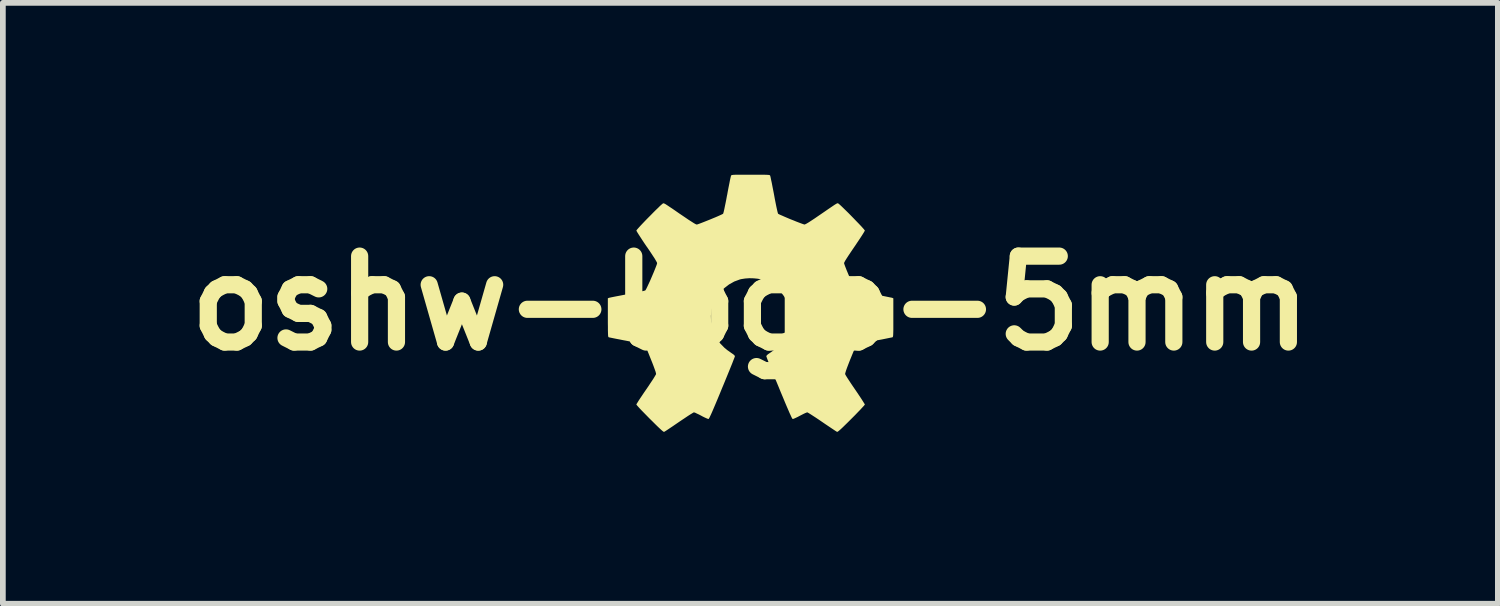
<source format=kicad_pcb>
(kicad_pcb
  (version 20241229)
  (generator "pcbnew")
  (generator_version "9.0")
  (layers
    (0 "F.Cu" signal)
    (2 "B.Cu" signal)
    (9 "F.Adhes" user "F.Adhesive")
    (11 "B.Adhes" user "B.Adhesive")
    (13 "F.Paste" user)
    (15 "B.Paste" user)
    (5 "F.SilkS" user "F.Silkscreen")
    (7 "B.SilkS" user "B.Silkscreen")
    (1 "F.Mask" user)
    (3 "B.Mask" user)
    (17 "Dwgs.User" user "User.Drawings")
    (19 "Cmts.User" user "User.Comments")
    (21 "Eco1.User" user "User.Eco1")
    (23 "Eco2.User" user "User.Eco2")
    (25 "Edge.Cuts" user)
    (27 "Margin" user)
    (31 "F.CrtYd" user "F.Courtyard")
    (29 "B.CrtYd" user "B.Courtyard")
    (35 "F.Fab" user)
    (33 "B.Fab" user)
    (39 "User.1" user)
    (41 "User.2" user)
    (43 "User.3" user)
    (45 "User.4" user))
  (footprint "oshw-logo-5mm"
    (layer "F.Cu")
    (at 10.05 2.243)
    (property "Reference" "oshw-logo-5mm" (at 0 0 0) (layer "F.SilkS") (effects (font (size 1.5 1.5) (thickness 0.3))))
    (attr board_only exclude_from_pos_files exclude_from_bom)
    (fp_poly (pts (xy 0.088 -2.243) (xy 0.156 -2.243) (xy 0.211 -2.243) (xy 0.254 -2.242) (xy 0.286 -2.241) (xy 0.309 -2.24) (xy 0.325 -2.238) (xy 0.335 -2.236) (xy 0.341 -2.233) (xy 0.344 -2.229) (xy 0.345 -2.227) (xy 0.349 -2.215) (xy 0.355 -2.189) (xy 0.363 -2.149) (xy 0.374 -2.099) (xy 0.385 -2.041) (xy 0.398 -1.975) (xy 0.412 -1.903) (xy 0.414 -1.892) (xy 0.427 -1.82) (xy 0.44 -1.754) (xy 0.452 -1.694) (xy 0.463 -1.643) (xy 0.472 -1.603) (xy 0.479 -1.576) (xy 0.483 -1.563) (xy 0.484 -1.562) (xy 0.495 -1.555) (xy 0.52 -1.543) (xy 0.555 -1.528) (xy 0.598 -1.509) (xy 0.647 -1.488) (xy 0.699 -1.466) (xy 0.753 -1.445) (xy 0.804 -1.424) (xy 0.851 -1.406) (xy 0.891 -1.391) (xy 0.922 -1.38) (xy 0.941 -1.374) (xy 0.945 -1.373) (xy 0.957 -1.377) (xy 0.979 -1.388) (xy 1.013 -1.408) (xy 1.058 -1.437) (xy 1.116 -1.475) (xy 1.186 -1.523) (xy 1.227 -1.551) (xy 1.297 -1.599) (xy 1.355 -1.639) (xy 1.402 -1.671) (xy 1.439 -1.696) (xy 1.467 -1.715) (xy 1.488 -1.728) (xy 1.503 -1.737) (xy 1.514 -1.742) (xy 1.521 -1.744) (xy 1.527 -1.744) (xy 1.531 -1.743) (xy 1.533 -1.742) (xy 1.544 -1.734) (xy 1.564 -1.717) (xy 1.593 -1.69) (xy 1.628 -1.656) (xy 1.669 -1.616) (xy 1.713 -1.573) (xy 1.758 -1.527) (xy 1.804 -1.48) (xy 1.848 -1.434) (xy 1.89 -1.391) (xy 1.927 -1.352) (xy 1.958 -1.318) (xy 1.981 -1.292) (xy 1.995 -1.274) (xy 1.999 -1.268) (xy 1.994 -1.258) (xy 1.981 -1.235) (xy 1.96 -1.201) (xy 1.933 -1.159) (xy 1.9 -1.109) (xy 1.863 -1.054) (xy 1.823 -0.994) (xy 1.817 -0.986) (xy 1.763 -0.906) (xy 1.718 -0.839) (xy 1.683 -0.785) (xy 1.657 -0.744) (xy 1.642 -0.716) (xy 1.636 -0.701) (xy 1.636 -0.7) (xy 1.639 -0.686) (xy 1.649 -0.658) (xy 1.663 -0.621) (xy 1.681 -0.575) (xy 1.702 -0.525) (xy 1.724 -0.472) (xy 1.748 -0.418) (xy 1.771 -0.366) (xy 1.792 -0.319) (xy 1.812 -0.279) (xy 1.827 -0.247) (xy 1.839 -0.228) (xy 1.843 -0.223) (xy 1.855 -0.219) (xy 1.882 -0.212) (xy 1.921 -0.203) (xy 1.971 -0.193) (xy 2.029 -0.181) (xy 2.094 -0.168) (xy 2.159 -0.156) (xy 2.229 -0.143) (xy 2.294 -0.131) (xy 2.352 -0.119) (xy 2.401 -0.109) (xy 2.44 -0.101) (xy 2.466 -0.096) (xy 2.477 -0.093) (xy 2.496 -0.085) (xy 2.496 0.252) (xy 2.496 0.336) (xy 2.496 0.406) (xy 2.496 0.461) (xy 2.495 0.504) (xy 2.494 0.537) (xy 2.493 0.56) (xy 2.491 0.576) (xy 2.488 0.586) (xy 2.486 0.592) (xy 2.482 0.595) (xy 2.481 0.595) (xy 2.47 0.598) (xy 2.444 0.603) (xy 2.405 0.611) (xy 2.356 0.621) (xy 2.297 0.633) (xy 2.232 0.645) (xy 2.164 0.658) (xy 2.079 0.674) (xy 2.01 0.688) (xy 1.955 0.699) (xy 1.913 0.708) (xy 1.883 0.716) (xy 1.863 0.722) (xy 1.852 0.727) (xy 1.85 0.73) (xy 1.844 0.741) (xy 1.833 0.766) (xy 1.818 0.802) (xy 1.799 0.848) (xy 1.777 0.901) (xy 1.753 0.96) (xy 1.745 0.979) (xy 1.714 1.058) (xy 1.69 1.121) (xy 1.672 1.171) (xy 1.661 1.207) (xy 1.655 1.229) (xy 1.655 1.238) (xy 1.66 1.25) (xy 1.674 1.274) (xy 1.696 1.309) (xy 1.724 1.352) (xy 1.757 1.402) (xy 1.794 1.457) (xy 1.829 1.508) (xy 1.868 1.565) (xy 1.904 1.619) (xy 1.936 1.667) (xy 1.962 1.708) (xy 1.982 1.74) (xy 1.995 1.761) (xy 1.999 1.769) (xy 1.993 1.778) (xy 1.976 1.798) (xy 1.95 1.826) (xy 1.916 1.863) (xy 1.875 1.905) (xy 1.829 1.953) (xy 1.778 2.004) (xy 1.764 2.018) (xy 1.703 2.079) (xy 1.653 2.128) (xy 1.612 2.168) (xy 1.58 2.198) (xy 1.555 2.22) (xy 1.537 2.235) (xy 1.525 2.243) (xy 1.516 2.247) (xy 1.513 2.246) (xy 1.502 2.24) (xy 1.48 2.226) (xy 1.447 2.204) (xy 1.405 2.176) (xy 1.356 2.143) (xy 1.301 2.106) (xy 1.253 2.073) (xy 1.196 2.034) (xy 1.142 1.998) (xy 1.094 1.967) (xy 1.054 1.941) (xy 1.022 1.921) (xy 1.001 1.909) (xy 0.993 1.906) (xy 0.98 1.91) (xy 0.955 1.92) (xy 0.922 1.936) (xy 0.883 1.956) (xy 0.866 1.965) (xy 0.826 1.986) (xy 0.79 2.003) (xy 0.761 2.016) (xy 0.743 2.022) (xy 0.739 2.022) (xy 0.735 2.018) (xy 0.727 2.007) (xy 0.717 1.988) (xy 0.704 1.959) (xy 0.686 1.921) (xy 0.665 1.872) (xy 0.639 1.812) (xy 0.608 1.739) (xy 0.572 1.652) (xy 0.53 1.552) (xy 0.501 1.481) (xy 0.464 1.391) (xy 0.428 1.305) (xy 0.395 1.224) (xy 0.365 1.15) (xy 0.339 1.085) (xy 0.317 1.029) (xy 0.299 0.984) (xy 0.287 0.951) (xy 0.28 0.931) (xy 0.278 0.927) (xy 0.286 0.911) (xy 0.306 0.893) (xy 0.314 0.887) (xy 0.338 0.871) (xy 0.37 0.849) (xy 0.403 0.825) (xy 0.411 0.82) (xy 0.493 0.75) (xy 0.561 0.67) (xy 0.617 0.582) (xy 0.658 0.488) (xy 0.685 0.389) (xy 0.697 0.286) (xy 0.694 0.182) (xy 0.675 0.078) (xy 0.646 -0.01) (xy 0.619 -0.068) (xy 0.588 -0.12) (xy 0.55 -0.171) (xy 0.5 -0.225) (xy 0.489 -0.236) (xy 0.414 -0.303) (xy 0.337 -0.354) (xy 0.252 -0.394) (xy 0.19 -0.415) (xy 0.129 -0.427) (xy 0.059 -0.434) (xy -0.016 -0.436) (xy -0.089 -0.431) (xy -0.154 -0.421) (xy -0.181 -0.415) (xy -0.281 -0.378) (xy -0.372 -0.327) (xy -0.455 -0.263) (xy -0.528 -0.189) (xy -0.588 -0.105) (xy -0.636 -0.013) (xy -0.669 0.086) (xy -0.676 0.113) (xy -0.689 0.219) (xy -0.686 0.324) (xy -0.668 0.427) (xy -0.635 0.525) (xy -0.587 0.618) (xy -0.526 0.703) (xy -0.452 0.779) (xy -0.402 0.82) (xy -0.369 0.843) (xy -0.337 0.866) (xy -0.311 0.884) (xy -0.306 0.887) (xy -0.282 0.906) (xy -0.271 0.922) (xy -0.27 0.927) (xy -0.273 0.937) (xy -0.282 0.962) (xy -0.297 0.999) (xy -0.316 1.049) (xy -0.34 1.108) (xy -0.368 1.177) (xy -0.399 1.253) (xy -0.433 1.336) (xy -0.469 1.424) (xy -0.493 1.481) (xy -0.538 1.591) (xy -0.578 1.687) (xy -0.612 1.768) (xy -0.641 1.836) (xy -0.665 1.892) (xy -0.685 1.937) (xy -0.701 1.971) (xy -0.713 1.996) (xy -0.722 2.012) (xy -0.728 2.02) (xy -0.731 2.022) (xy -0.743 2.019) (xy -0.768 2.009) (xy -0.801 1.994) (xy -0.839 1.975) (xy -0.857 1.965) (xy -0.897 1.944) (xy -0.934 1.927) (xy -0.962 1.913) (xy -0.981 1.907) (xy -0.985 1.906) (xy -0.995 1.91) (xy -1.018 1.924) (xy -1.051 1.944) (xy -1.093 1.971) (xy -1.142 2.004) (xy -1.196 2.04) (xy -1.245 2.073) (xy -1.302 2.112) (xy -1.356 2.149) (xy -1.404 2.181) (xy -1.444 2.208) (xy -1.476 2.229) (xy -1.497 2.242) (xy -1.505 2.246) (xy -1.511 2.246) (xy -1.521 2.241) (xy -1.535 2.23) (xy -1.556 2.212) (xy -1.583 2.187) (xy -1.619 2.153) (xy -1.663 2.11) (xy -1.717 2.056) (xy -1.756 2.018) (xy -1.807 1.966) (xy -1.855 1.917) (xy -1.898 1.873) (xy -1.934 1.835) (xy -1.962 1.804) (xy -1.981 1.782) (xy -1.99 1.771) (xy -1.99 1.769) (xy -1.986 1.759) (xy -1.972 1.737) (xy -1.952 1.704) (xy -1.925 1.663) (xy -1.892 1.614) (xy -1.856 1.56) (xy -1.82 1.508) (xy -1.78 1.45) (xy -1.744 1.395) (xy -1.711 1.346) (xy -1.684 1.304) (xy -1.664 1.27) (xy -1.651 1.248) (xy -1.646 1.238) (xy -1.648 1.223) (xy -1.655 1.196) (xy -1.669 1.156) (xy -1.689 1.101) (xy -1.715 1.033) (xy -1.737 0.979) (xy -1.761 0.919) (xy -1.783 0.864) (xy -1.803 0.816) (xy -1.82 0.776) (xy -1.833 0.747) (xy -1.84 0.732) (xy -1.841 0.73) (xy -1.849 0.725) (xy -1.864 0.719) (xy -1.89 0.712) (xy -1.927 0.703) (xy -1.975 0.693) (xy -2.038 0.681) (xy -2.115 0.666) (xy -2.155 0.658) (xy -2.225 0.645) (xy -2.29 0.632) (xy -2.348 0.621) (xy -2.397 0.611) (xy -2.436 0.603) (xy -2.462 0.598) (xy -2.473 0.595) (xy -2.477 0.592) (xy -2.48 0.587) (xy -2.482 0.578) (xy -2.484 0.563) (xy -2.485 0.54) (xy -2.486 0.509) (xy -2.487 0.467) (xy -2.487 0.413) (xy -2.488 0.346) (xy -2.488 0.263) (xy -2.488 0.252) (xy -2.488 -0.085) (xy -2.469 -0.093) (xy -2.456 -0.096) (xy -2.429 -0.102) (xy -2.39 -0.11) (xy -2.339 -0.12) (xy -2.281 -0.131) (xy -2.215 -0.144) (xy -2.151 -0.156) (xy -2.081 -0.169) (xy -2.016 -0.182) (xy -1.959 -0.193) (xy -1.909 -0.204) (xy -1.871 -0.212) (xy -1.845 -0.219) (xy -1.834 -0.223) (xy -1.827 -0.233) (xy -1.814 -0.257) (xy -1.797 -0.292) (xy -1.777 -0.335) (xy -1.754 -0.384) (xy -1.731 -0.437) (xy -1.708 -0.491) (xy -1.686 -0.543) (xy -1.666 -0.592) (xy -1.649 -0.635) (xy -1.636 -0.669) (xy -1.629 -0.692) (xy -1.628 -0.7) (xy -1.633 -0.714) (xy -1.648 -0.741) (xy -1.672 -0.782) (xy -1.707 -0.835) (xy -1.751 -0.902) (xy -1.805 -0.981) (xy -1.809 -0.986) (xy -1.85 -1.046) (xy -1.887 -1.102) (xy -1.92 -1.153) (xy -1.948 -1.196) (xy -1.97 -1.231) (xy -1.984 -1.255) (xy -1.99 -1.267) (xy -1.99 -1.268) (xy -1.984 -1.278) (xy -1.968 -1.297) (xy -1.943 -1.325) (xy -1.911 -1.36) (xy -1.872 -1.401) (xy -1.83 -1.445) (xy -1.785 -1.491) (xy -1.739 -1.537) (xy -1.694 -1.583) (xy -1.651 -1.626) (xy -1.611 -1.664) (xy -1.578 -1.697) (xy -1.551 -1.721) (xy -1.532 -1.737) (xy -1.525 -1.742) (xy -1.52 -1.743) (xy -1.515 -1.744) (xy -1.508 -1.742) (xy -1.499 -1.738) (xy -1.485 -1.731) (xy -1.466 -1.719) (xy -1.44 -1.702) (xy -1.406 -1.679) (xy -1.362 -1.65) (xy -1.307 -1.612) (xy -1.241 -1.566) (xy -1.217 -1.55) (xy -1.14 -1.498) (xy -1.077 -1.455) (xy -1.025 -1.422) (xy -0.986 -1.397) (xy -0.958 -1.381) (xy -0.941 -1.374) (xy -0.936 -1.373) (xy -0.923 -1.376) (xy -0.897 -1.385) (xy -0.86 -1.399) (xy -0.816 -1.416) (xy -0.766 -1.436) (xy -0.713 -1.457) (xy -0.66 -1.479) (xy -0.609 -1.5) (xy -0.563 -1.52) (xy -0.525 -1.537) (xy -0.495 -1.551) (xy -0.478 -1.56) (xy -0.476 -1.562) (xy -0.472 -1.572) (xy -0.465 -1.597) (xy -0.456 -1.636) (xy -0.446 -1.685) (xy -0.434 -1.743) (xy -0.421 -1.808) (xy -0.408 -1.879) (xy -0.405 -1.891) (xy -0.392 -1.963) (xy -0.379 -2.03) (xy -0.367 -2.09) (xy -0.357 -2.142) (xy -0.348 -2.183) (xy -0.341 -2.212) (xy -0.337 -2.226) (xy -0.337 -2.227) (xy -0.334 -2.231) (xy -0.33 -2.234) (xy -0.322 -2.237) (xy -0.309 -2.239) (xy -0.29 -2.241) (xy -0.262 -2.242) (xy -0.225 -2.242) (xy -0.177 -2.243) (xy -0.115 -2.243) (xy -0.04 -2.243) (xy 0.004 -2.243)) (stroke (width 0) (type solid)) (fill yes) (layer "F.SilkS")))
  (gr_rect
    (start -3 -3)
    (end 23.1 7.49)
    (stroke (width 0.1) (type default))
    (fill no)
    (layer "Edge.Cuts")))
</source>
